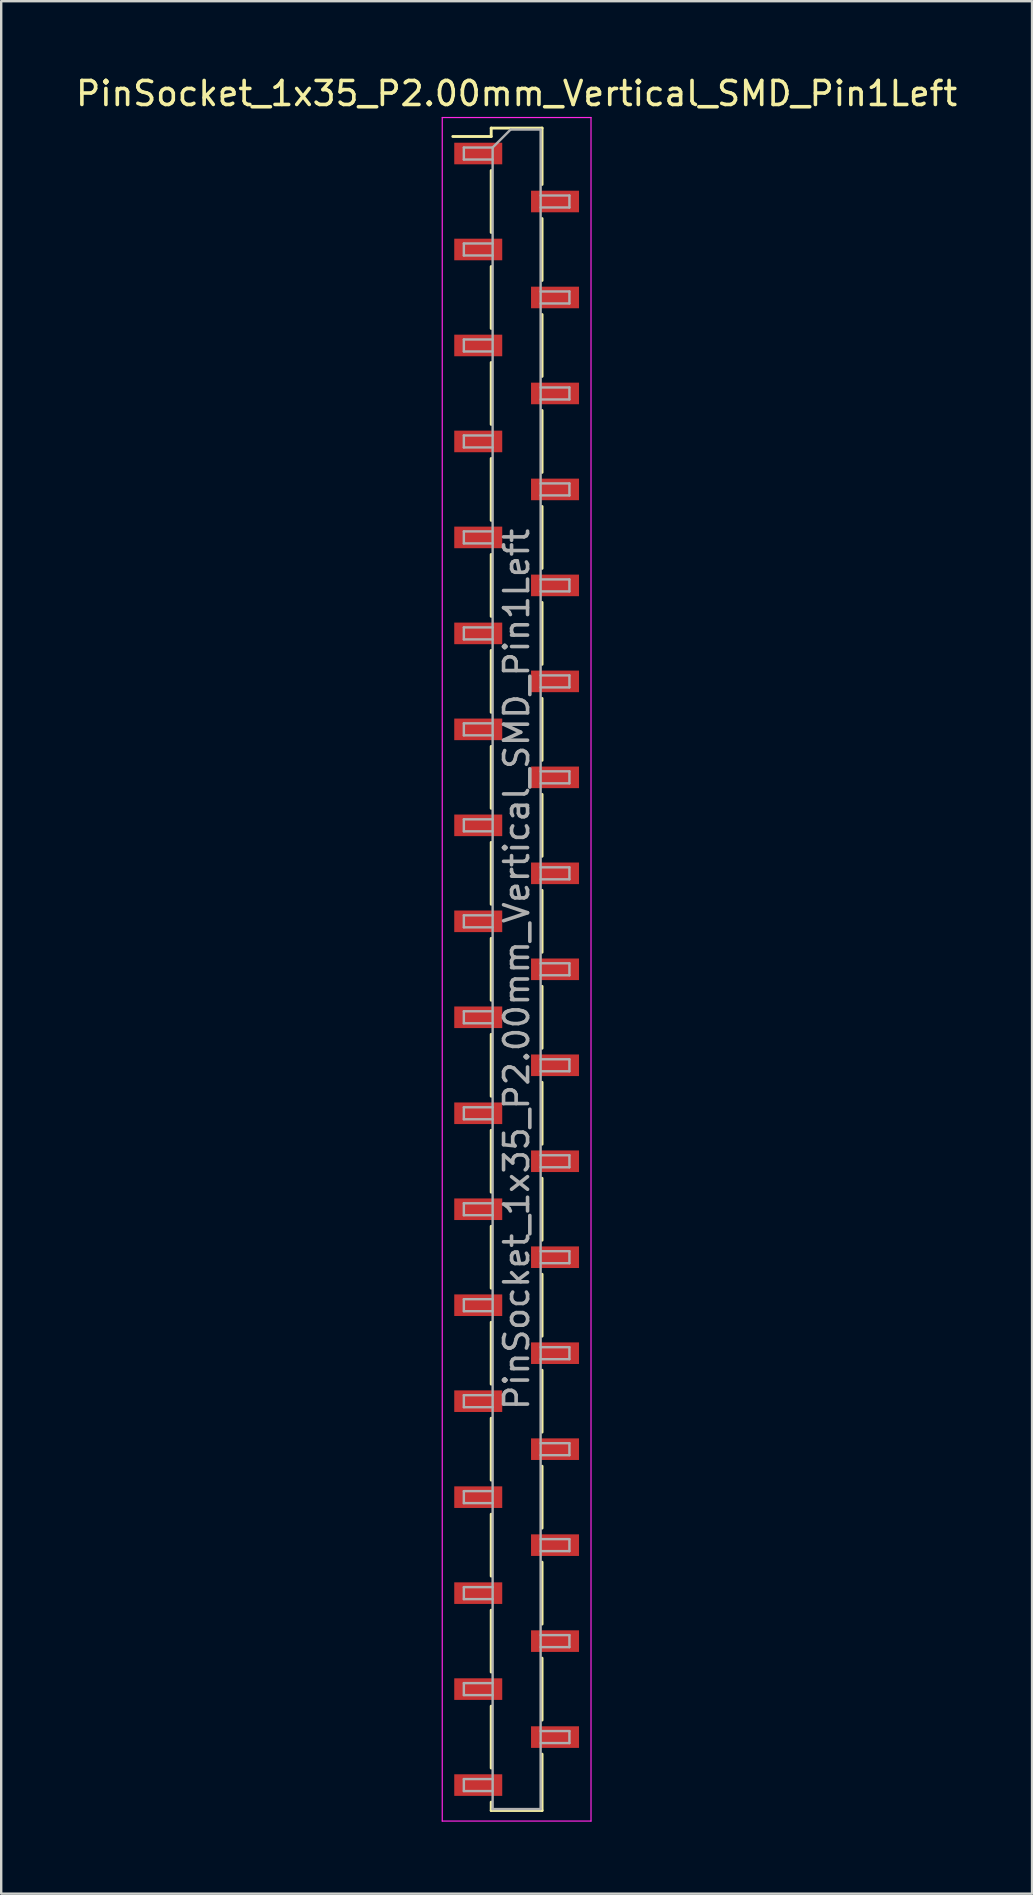
<source format=kicad_pcb>
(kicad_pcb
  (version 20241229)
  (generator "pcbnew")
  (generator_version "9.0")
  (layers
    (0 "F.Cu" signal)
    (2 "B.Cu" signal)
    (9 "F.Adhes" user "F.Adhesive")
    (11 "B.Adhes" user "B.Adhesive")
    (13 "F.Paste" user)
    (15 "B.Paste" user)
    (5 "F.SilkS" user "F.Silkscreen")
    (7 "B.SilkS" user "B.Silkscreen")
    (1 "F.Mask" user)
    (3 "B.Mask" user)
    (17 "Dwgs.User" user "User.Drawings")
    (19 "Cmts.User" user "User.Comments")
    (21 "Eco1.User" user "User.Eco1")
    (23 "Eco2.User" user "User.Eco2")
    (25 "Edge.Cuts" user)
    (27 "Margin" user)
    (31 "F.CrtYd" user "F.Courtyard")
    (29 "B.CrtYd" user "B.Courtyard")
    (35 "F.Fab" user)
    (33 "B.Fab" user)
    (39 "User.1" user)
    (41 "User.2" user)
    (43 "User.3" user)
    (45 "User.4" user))
  (footprint "PinSocket_1x35_P2.00mm_Vertical_SMD_Pin1Left"
    (layer "F.Cu")
    (at 18.482 37.348)
    (property "Reference" "PinSocket_1x35_P2.00mm_Vertical_SMD_Pin1Left" (at 0 -36.5 0) (layer "F.SilkS") (effects (font (size 1 1) (thickness 0.15))))
    (attr smd)
    (fp_line (start -2.66 -34.71) (end -1.06 -34.71) (stroke (width 0.12) (type solid)) (layer "F.SilkS"))
    (fp_line (start -1.06 -35.06) (end 1.06 -35.06) (stroke (width 0.12) (type solid)) (layer "F.SilkS"))
    (fp_line (start -1.06 -34.71) (end -1.06 -35.06) (stroke (width 0.12) (type solid)) (layer "F.SilkS"))
    (fp_line (start -1.06 -33.29) (end -1.06 -30.71) (stroke (width 0.12) (type solid)) (layer "F.SilkS"))
    (fp_line (start -1.06 -29.29) (end -1.06 -26.71) (stroke (width 0.12) (type solid)) (layer "F.SilkS"))
    (fp_line (start -1.06 -25.29) (end -1.06 -22.71) (stroke (width 0.12) (type solid)) (layer "F.SilkS"))
    (fp_line (start -1.06 -21.29) (end -1.06 -18.71) (stroke (width 0.12) (type solid)) (layer "F.SilkS"))
    (fp_line (start -1.06 -17.29) (end -1.06 -14.71) (stroke (width 0.12) (type solid)) (layer "F.SilkS"))
    (fp_line (start -1.06 -13.29) (end -1.06 -10.71) (stroke (width 0.12) (type solid)) (layer "F.SilkS"))
    (fp_line (start -1.06 -9.29) (end -1.06 -6.71) (stroke (width 0.12) (type solid)) (layer "F.SilkS"))
    (fp_line (start -1.06 -5.29) (end -1.06 -2.71) (stroke (width 0.12) (type solid)) (layer "F.SilkS"))
    (fp_line (start -1.06 -1.29) (end -1.06 1.29) (stroke (width 0.12) (type solid)) (layer "F.SilkS"))
    (fp_line (start -1.06 2.71) (end -1.06 5.29) (stroke (width 0.12) (type solid)) (layer "F.SilkS"))
    (fp_line (start -1.06 6.71) (end -1.06 9.29) (stroke (width 0.12) (type solid)) (layer "F.SilkS"))
    (fp_line (start -1.06 10.71) (end -1.06 13.29) (stroke (width 0.12) (type solid)) (layer "F.SilkS"))
    (fp_line (start -1.06 14.71) (end -1.06 17.29) (stroke (width 0.12) (type solid)) (layer "F.SilkS"))
    (fp_line (start -1.06 18.71) (end -1.06 21.29) (stroke (width 0.12) (type solid)) (layer "F.SilkS"))
    (fp_line (start -1.06 22.71) (end -1.06 25.29) (stroke (width 0.12) (type solid)) (layer "F.SilkS"))
    (fp_line (start -1.06 26.71) (end -1.06 29.29) (stroke (width 0.12) (type solid)) (layer "F.SilkS"))
    (fp_line (start -1.06 30.71) (end -1.06 33.29) (stroke (width 0.12) (type solid)) (layer "F.SilkS"))
    (fp_line (start -1.06 35.06) (end -1.06 34.71) (stroke (width 0.12) (type solid)) (layer "F.SilkS"))
    (fp_line (start 1.06 -35.06) (end 1.06 -32.71) (stroke (width 0.12) (type solid)) (layer "F.SilkS"))
    (fp_line (start 1.06 -31.29) (end 1.06 -28.71) (stroke (width 0.12) (type solid)) (layer "F.SilkS"))
    (fp_line (start 1.06 -27.29) (end 1.06 -24.71) (stroke (width 0.12) (type solid)) (layer "F.SilkS"))
    (fp_line (start 1.06 -23.29) (end 1.06 -20.71) (stroke (width 0.12) (type solid)) (layer "F.SilkS"))
    (fp_line (start 1.06 -19.29) (end 1.06 -16.71) (stroke (width 0.12) (type solid)) (layer "F.SilkS"))
    (fp_line (start 1.06 -15.29) (end 1.06 -12.71) (stroke (width 0.12) (type solid)) (layer "F.SilkS"))
    (fp_line (start 1.06 -11.29) (end 1.06 -8.71) (stroke (width 0.12) (type solid)) (layer "F.SilkS"))
    (fp_line (start 1.06 -7.29) (end 1.06 -4.71) (stroke (width 0.12) (type solid)) (layer "F.SilkS"))
    (fp_line (start 1.06 -3.29) (end 1.06 -0.71) (stroke (width 0.12) (type solid)) (layer "F.SilkS"))
    (fp_line (start 1.06 0.71) (end 1.06 3.29) (stroke (width 0.12) (type solid)) (layer "F.SilkS"))
    (fp_line (start 1.06 4.71) (end 1.06 7.29) (stroke (width 0.12) (type solid)) (layer "F.SilkS"))
    (fp_line (start 1.06 8.71) (end 1.06 11.29) (stroke (width 0.12) (type solid)) (layer "F.SilkS"))
    (fp_line (start 1.06 12.71) (end 1.06 15.29) (stroke (width 0.12) (type solid)) (layer "F.SilkS"))
    (fp_line (start 1.06 16.71) (end 1.06 19.29) (stroke (width 0.12) (type solid)) (layer "F.SilkS"))
    (fp_line (start 1.06 20.71) (end 1.06 23.29) (stroke (width 0.12) (type solid)) (layer "F.SilkS"))
    (fp_line (start 1.06 24.71) (end 1.06 27.29) (stroke (width 0.12) (type solid)) (layer "F.SilkS"))
    (fp_line (start 1.06 28.71) (end 1.06 31.29) (stroke (width 0.12) (type solid)) (layer "F.SilkS"))
    (fp_line (start 1.06 32.71) (end 1.06 35.06) (stroke (width 0.12) (type solid)) (layer "F.SilkS"))
    (fp_line (start 1.06 35.06) (end -1.06 35.06) (stroke (width 0.12) (type solid)) (layer "F.SilkS"))
    (fp_line (start -3.1 -35.5) (end 3.1 -35.5) (stroke (width 0.05) (type solid)) (layer "F.CrtYd"))
    (fp_line (start -3.1 35.5) (end -3.1 -35.5) (stroke (width 0.05) (type solid)) (layer "F.CrtYd"))
    (fp_line (start 3.1 -35.5) (end 3.1 35.5) (stroke (width 0.05) (type solid)) (layer "F.CrtYd"))
    (fp_line (start 3.1 35.5) (end -3.1 35.5) (stroke (width 0.05) (type solid)) (layer "F.CrtYd"))
    (fp_line (start -2.2 -34.25) (end -1 -34.25) (stroke (width 0.1) (type solid)) (layer "F.Fab"))
    (fp_line (start -2.2 -33.75) (end -2.2 -34.25) (stroke (width 0.1) (type solid)) (layer "F.Fab"))
    (fp_line (start -2.2 -30.25) (end -1 -30.25) (stroke (width 0.1) (type solid)) (layer "F.Fab"))
    (fp_line (start -2.2 -29.75) (end -2.2 -30.25) (stroke (width 0.1) (type solid)) (layer "F.Fab"))
    (fp_line (start -2.2 -26.25) (end -1 -26.25) (stroke (width 0.1) (type solid)) (layer "F.Fab"))
    (fp_line (start -2.2 -25.75) (end -2.2 -26.25) (stroke (width 0.1) (type solid)) (layer "F.Fab"))
    (fp_line (start -2.2 -22.25) (end -1 -22.25) (stroke (width 0.1) (type solid)) (layer "F.Fab"))
    (fp_line (start -2.2 -21.75) (end -2.2 -22.25) (stroke (width 0.1) (type solid)) (layer "F.Fab"))
    (fp_line (start -2.2 -18.25) (end -1 -18.25) (stroke (width 0.1) (type solid)) (layer "F.Fab"))
    (fp_line (start -2.2 -17.75) (end -2.2 -18.25) (stroke (width 0.1) (type solid)) (layer "F.Fab"))
    (fp_line (start -2.2 -14.25) (end -1 -14.25) (stroke (width 0.1) (type solid)) (layer "F.Fab"))
    (fp_line (start -2.2 -13.75) (end -2.2 -14.25) (stroke (width 0.1) (type solid)) (layer "F.Fab"))
    (fp_line (start -2.2 -10.25) (end -1 -10.25) (stroke (width 0.1) (type solid)) (layer "F.Fab"))
    (fp_line (start -2.2 -9.75) (end -2.2 -10.25) (stroke (width 0.1) (type solid)) (layer "F.Fab"))
    (fp_line (start -2.2 -6.25) (end -1 -6.25) (stroke (width 0.1) (type solid)) (layer "F.Fab"))
    (fp_line (start -2.2 -5.75) (end -2.2 -6.25) (stroke (width 0.1) (type solid)) (layer "F.Fab"))
    (fp_line (start -2.2 -2.25) (end -1 -2.25) (stroke (width 0.1) (type solid)) (layer "F.Fab"))
    (fp_line (start -2.2 -1.75) (end -2.2 -2.25) (stroke (width 0.1) (type solid)) (layer "F.Fab"))
    (fp_line (start -2.2 1.75) (end -1 1.75) (stroke (width 0.1) (type solid)) (layer "F.Fab"))
    (fp_line (start -2.2 2.25) (end -2.2 1.75) (stroke (width 0.1) (type solid)) (layer "F.Fab"))
    (fp_line (start -2.2 5.75) (end -1 5.75) (stroke (width 0.1) (type solid)) (layer "F.Fab"))
    (fp_line (start -2.2 6.25) (end -2.2 5.75) (stroke (width 0.1) (type solid)) (layer "F.Fab"))
    (fp_line (start -2.2 9.75) (end -1 9.75) (stroke (width 0.1) (type solid)) (layer "F.Fab"))
    (fp_line (start -2.2 10.25) (end -2.2 9.75) (stroke (width 0.1) (type solid)) (layer "F.Fab"))
    (fp_line (start -2.2 13.75) (end -1 13.75) (stroke (width 0.1) (type solid)) (layer "F.Fab"))
    (fp_line (start -2.2 14.25) (end -2.2 13.75) (stroke (width 0.1) (type solid)) (layer "F.Fab"))
    (fp_line (start -2.2 17.75) (end -1 17.75) (stroke (width 0.1) (type solid)) (layer "F.Fab"))
    (fp_line (start -2.2 18.25) (end -2.2 17.75) (stroke (width 0.1) (type solid)) (layer "F.Fab"))
    (fp_line (start -2.2 21.75) (end -1 21.75) (stroke (width 0.1) (type solid)) (layer "F.Fab"))
    (fp_line (start -2.2 22.25) (end -2.2 21.75) (stroke (width 0.1) (type solid)) (layer "F.Fab"))
    (fp_line (start -2.2 25.75) (end -1 25.75) (stroke (width 0.1) (type solid)) (layer "F.Fab"))
    (fp_line (start -2.2 26.25) (end -2.2 25.75) (stroke (width 0.1) (type solid)) (layer "F.Fab"))
    (fp_line (start -2.2 29.75) (end -1 29.75) (stroke (width 0.1) (type solid)) (layer "F.Fab"))
    (fp_line (start -2.2 30.25) (end -2.2 29.75) (stroke (width 0.1) (type solid)) (layer "F.Fab"))
    (fp_line (start -2.2 33.75) (end -1 33.75) (stroke (width 0.1) (type solid)) (layer "F.Fab"))
    (fp_line (start -2.2 34.25) (end -2.2 33.75) (stroke (width 0.1) (type solid)) (layer "F.Fab"))
    (fp_line (start -1 -34.25) (end -0.25 -35) (stroke (width 0.1) (type solid)) (layer "F.Fab"))
    (fp_line (start -1 -33.75) (end -2.2 -33.75) (stroke (width 0.1) (type solid)) (layer "F.Fab"))
    (fp_line (start -1 -29.75) (end -2.2 -29.75) (stroke (width 0.1) (type solid)) (layer "F.Fab"))
    (fp_line (start -1 -25.75) (end -2.2 -25.75) (stroke (width 0.1) (type solid)) (layer "F.Fab"))
    (fp_line (start -1 -21.75) (end -2.2 -21.75) (stroke (width 0.1) (type solid)) (layer "F.Fab"))
    (fp_line (start -1 -17.75) (end -2.2 -17.75) (stroke (width 0.1) (type solid)) (layer "F.Fab"))
    (fp_line (start -1 -13.75) (end -2.2 -13.75) (stroke (width 0.1) (type solid)) (layer "F.Fab"))
    (fp_line (start -1 -9.75) (end -2.2 -9.75) (stroke (width 0.1) (type solid)) (layer "F.Fab"))
    (fp_line (start -1 -5.75) (end -2.2 -5.75) (stroke (width 0.1) (type solid)) (layer "F.Fab"))
    (fp_line (start -1 -1.75) (end -2.2 -1.75) (stroke (width 0.1) (type solid)) (layer "F.Fab"))
    (fp_line (start -1 2.25) (end -2.2 2.25) (stroke (width 0.1) (type solid)) (layer "F.Fab"))
    (fp_line (start -1 6.25) (end -2.2 6.25) (stroke (width 0.1) (type solid)) (layer "F.Fab"))
    (fp_line (start -1 10.25) (end -2.2 10.25) (stroke (width 0.1) (type solid)) (layer "F.Fab"))
    (fp_line (start -1 14.25) (end -2.2 14.25) (stroke (width 0.1) (type solid)) (layer "F.Fab"))
    (fp_line (start -1 18.25) (end -2.2 18.25) (stroke (width 0.1) (type solid)) (layer "F.Fab"))
    (fp_line (start -1 22.25) (end -2.2 22.25) (stroke (width 0.1) (type solid)) (layer "F.Fab"))
    (fp_line (start -1 26.25) (end -2.2 26.25) (stroke (width 0.1) (type solid)) (layer "F.Fab"))
    (fp_line (start -1 30.25) (end -2.2 30.25) (stroke (width 0.1) (type solid)) (layer "F.Fab"))
    (fp_line (start -1 34.25) (end -2.2 34.25) (stroke (width 0.1) (type solid)) (layer "F.Fab"))
    (fp_line (start -1 35) (end -1 -34.25) (stroke (width 0.1) (type solid)) (layer "F.Fab"))
    (fp_line (start -0.25 -35) (end 1 -35) (stroke (width 0.1) (type solid)) (layer "F.Fab"))
    (fp_line (start 1 -35) (end 1 35) (stroke (width 0.1) (type solid)) (layer "F.Fab"))
    (fp_line (start 1 -32.25) (end 2.2 -32.25) (stroke (width 0.1) (type solid)) (layer "F.Fab"))
    (fp_line (start 1 -28.25) (end 2.2 -28.25) (stroke (width 0.1) (type solid)) (layer "F.Fab"))
    (fp_line (start 1 -24.25) (end 2.2 -24.25) (stroke (width 0.1) (type solid)) (layer "F.Fab"))
    (fp_line (start 1 -20.25) (end 2.2 -20.25) (stroke (width 0.1) (type solid)) (layer "F.Fab"))
    (fp_line (start 1 -16.25) (end 2.2 -16.25) (stroke (width 0.1) (type solid)) (layer "F.Fab"))
    (fp_line (start 1 -12.25) (end 2.2 -12.25) (stroke (width 0.1) (type solid)) (layer "F.Fab"))
    (fp_line (start 1 -8.25) (end 2.2 -8.25) (stroke (width 0.1) (type solid)) (layer "F.Fab"))
    (fp_line (start 1 -4.25) (end 2.2 -4.25) (stroke (width 0.1) (type solid)) (layer "F.Fab"))
    (fp_line (start 1 -0.25) (end 2.2 -0.25) (stroke (width 0.1) (type solid)) (layer "F.Fab"))
    (fp_line (start 1 3.75) (end 2.2 3.75) (stroke (width 0.1) (type solid)) (layer "F.Fab"))
    (fp_line (start 1 7.75) (end 2.2 7.75) (stroke (width 0.1) (type solid)) (layer "F.Fab"))
    (fp_line (start 1 11.75) (end 2.2 11.75) (stroke (width 0.1) (type solid)) (layer "F.Fab"))
    (fp_line (start 1 15.75) (end 2.2 15.75) (stroke (width 0.1) (type solid)) (layer "F.Fab"))
    (fp_line (start 1 19.75) (end 2.2 19.75) (stroke (width 0.1) (type solid)) (layer "F.Fab"))
    (fp_line (start 1 23.75) (end 2.2 23.75) (stroke (width 0.1) (type solid)) (layer "F.Fab"))
    (fp_line (start 1 27.75) (end 2.2 27.75) (stroke (width 0.1) (type solid)) (layer "F.Fab"))
    (fp_line (start 1 31.75) (end 2.2 31.75) (stroke (width 0.1) (type solid)) (layer "F.Fab"))
    (fp_line (start 1 35) (end -1 35) (stroke (width 0.1) (type solid)) (layer "F.Fab"))
    (fp_line (start 2.2 -32.25) (end 2.2 -31.75) (stroke (width 0.1) (type solid)) (layer "F.Fab"))
    (fp_line (start 2.2 -31.75) (end 1 -31.75) (stroke (width 0.1) (type solid)) (layer "F.Fab"))
    (fp_line (start 2.2 -28.25) (end 2.2 -27.75) (stroke (width 0.1) (type solid)) (layer "F.Fab"))
    (fp_line (start 2.2 -27.75) (end 1 -27.75) (stroke (width 0.1) (type solid)) (layer "F.Fab"))
    (fp_line (start 2.2 -24.25) (end 2.2 -23.75) (stroke (width 0.1) (type solid)) (layer "F.Fab"))
    (fp_line (start 2.2 -23.75) (end 1 -23.75) (stroke (width 0.1) (type solid)) (layer "F.Fab"))
    (fp_line (start 2.2 -20.25) (end 2.2 -19.75) (stroke (width 0.1) (type solid)) (layer "F.Fab"))
    (fp_line (start 2.2 -19.75) (end 1 -19.75) (stroke (width 0.1) (type solid)) (layer "F.Fab"))
    (fp_line (start 2.2 -16.25) (end 2.2 -15.75) (stroke (width 0.1) (type solid)) (layer "F.Fab"))
    (fp_line (start 2.2 -15.75) (end 1 -15.75) (stroke (width 0.1) (type solid)) (layer "F.Fab"))
    (fp_line (start 2.2 -12.25) (end 2.2 -11.75) (stroke (width 0.1) (type solid)) (layer "F.Fab"))
    (fp_line (start 2.2 -11.75) (end 1 -11.75) (stroke (width 0.1) (type solid)) (layer "F.Fab"))
    (fp_line (start 2.2 -8.25) (end 2.2 -7.75) (stroke (width 0.1) (type solid)) (layer "F.Fab"))
    (fp_line (start 2.2 -7.75) (end 1 -7.75) (stroke (width 0.1) (type solid)) (layer "F.Fab"))
    (fp_line (start 2.2 -4.25) (end 2.2 -3.75) (stroke (width 0.1) (type solid)) (layer "F.Fab"))
    (fp_line (start 2.2 -3.75) (end 1 -3.75) (stroke (width 0.1) (type solid)) (layer "F.Fab"))
    (fp_line (start 2.2 -0.25) (end 2.2 0.25) (stroke (width 0.1) (type solid)) (layer "F.Fab"))
    (fp_line (start 2.2 0.25) (end 1 0.25) (stroke (width 0.1) (type solid)) (layer "F.Fab"))
    (fp_line (start 2.2 3.75) (end 2.2 4.25) (stroke (width 0.1) (type solid)) (layer "F.Fab"))
    (fp_line (start 2.2 4.25) (end 1 4.25) (stroke (width 0.1) (type solid)) (layer "F.Fab"))
    (fp_line (start 2.2 7.75) (end 2.2 8.25) (stroke (width 0.1) (type solid)) (layer "F.Fab"))
    (fp_line (start 2.2 8.25) (end 1 8.25) (stroke (width 0.1) (type solid)) (layer "F.Fab"))
    (fp_line (start 2.2 11.75) (end 2.2 12.25) (stroke (width 0.1) (type solid)) (layer "F.Fab"))
    (fp_line (start 2.2 12.25) (end 1 12.25) (stroke (width 0.1) (type solid)) (layer "F.Fab"))
    (fp_line (start 2.2 15.75) (end 2.2 16.25) (stroke (width 0.1) (type solid)) (layer "F.Fab"))
    (fp_line (start 2.2 16.25) (end 1 16.25) (stroke (width 0.1) (type solid)) (layer "F.Fab"))
    (fp_line (start 2.2 19.75) (end 2.2 20.25) (stroke (width 0.1) (type solid)) (layer "F.Fab"))
    (fp_line (start 2.2 20.25) (end 1 20.25) (stroke (width 0.1) (type solid)) (layer "F.Fab"))
    (fp_line (start 2.2 23.75) (end 2.2 24.25) (stroke (width 0.1) (type solid)) (layer "F.Fab"))
    (fp_line (start 2.2 24.25) (end 1 24.25) (stroke (width 0.1) (type solid)) (layer "F.Fab"))
    (fp_line (start 2.2 27.75) (end 2.2 28.25) (stroke (width 0.1) (type solid)) (layer "F.Fab"))
    (fp_line (start 2.2 28.25) (end 1 28.25) (stroke (width 0.1) (type solid)) (layer "F.Fab"))
    (fp_line (start 2.2 31.75) (end 2.2 32.25) (stroke (width 0.1) (type solid)) (layer "F.Fab"))
    (fp_line (start 2.2 32.25) (end 1 32.25) (stroke (width 0.1) (type solid)) (layer "F.Fab"))
    (fp_text user "${REFERENCE}" (at 0 0 90) (layer "F.Fab") (effects (font (size 1 1) (thickness 0.15))))
    (pad "1" smd rect (at -1.6 -34) (size 2 0.9) (layers "F.Cu" "F.Mask" "F.Paste"))
    (pad "2" smd rect (at 1.6 -32) (size 2 0.9) (layers "F.Cu" "F.Mask" "F.Paste"))
    (pad "3" smd rect (at -1.6 -30) (size 2 0.9) (layers "F.Cu" "F.Mask" "F.Paste"))
    (pad "4" smd rect (at 1.6 -28) (size 2 0.9) (layers "F.Cu" "F.Mask" "F.Paste"))
    (pad "5" smd rect (at -1.6 -26) (size 2 0.9) (layers "F.Cu" "F.Mask" "F.Paste"))
    (pad "6" smd rect (at 1.6 -24) (size 2 0.9) (layers "F.Cu" "F.Mask" "F.Paste"))
    (pad "7" smd rect (at -1.6 -22) (size 2 0.9) (layers "F.Cu" "F.Mask" "F.Paste"))
    (pad "8" smd rect (at 1.6 -20) (size 2 0.9) (layers "F.Cu" "F.Mask" "F.Paste"))
    (pad "9" smd rect (at -1.6 -18) (size 2 0.9) (layers "F.Cu" "F.Mask" "F.Paste"))
    (pad "10" smd rect (at 1.6 -16) (size 2 0.9) (layers "F.Cu" "F.Mask" "F.Paste"))
    (pad "11" smd rect (at -1.6 -14) (size 2 0.9) (layers "F.Cu" "F.Mask" "F.Paste"))
    (pad "12" smd rect (at 1.6 -12) (size 2 0.9) (layers "F.Cu" "F.Mask" "F.Paste"))
    (pad "13" smd rect (at -1.6 -10) (size 2 0.9) (layers "F.Cu" "F.Mask" "F.Paste"))
    (pad "14" smd rect (at 1.6 -8) (size 2 0.9) (layers "F.Cu" "F.Mask" "F.Paste"))
    (pad "15" smd rect (at -1.6 -6) (size 2 0.9) (layers "F.Cu" "F.Mask" "F.Paste"))
    (pad "16" smd rect (at 1.6 -4) (size 2 0.9) (layers "F.Cu" "F.Mask" "F.Paste"))
    (pad "17" smd rect (at -1.6 -2) (size 2 0.9) (layers "F.Cu" "F.Mask" "F.Paste"))
    (pad "18" smd rect (at 1.6 0) (size 2 0.9) (layers "F.Cu" "F.Mask" "F.Paste"))
    (pad "19" smd rect (at -1.6 2) (size 2 0.9) (layers "F.Cu" "F.Mask" "F.Paste"))
    (pad "20" smd rect (at 1.6 4) (size 2 0.9) (layers "F.Cu" "F.Mask" "F.Paste"))
    (pad "21" smd rect (at -1.6 6) (size 2 0.9) (layers "F.Cu" "F.Mask" "F.Paste"))
    (pad "22" smd rect (at 1.6 8) (size 2 0.9) (layers "F.Cu" "F.Mask" "F.Paste"))
    (pad "23" smd rect (at -1.6 10) (size 2 0.9) (layers "F.Cu" "F.Mask" "F.Paste"))
    (pad "24" smd rect (at 1.6 12) (size 2 0.9) (layers "F.Cu" "F.Mask" "F.Paste"))
    (pad "25" smd rect (at -1.6 14) (size 2 0.9) (layers "F.Cu" "F.Mask" "F.Paste"))
    (pad "26" smd rect (at 1.6 16) (size 2 0.9) (layers "F.Cu" "F.Mask" "F.Paste"))
    (pad "27" smd rect (at -1.6 18) (size 2 0.9) (layers "F.Cu" "F.Mask" "F.Paste"))
    (pad "28" smd rect (at 1.6 20) (size 2 0.9) (layers "F.Cu" "F.Mask" "F.Paste"))
    (pad "29" smd rect (at -1.6 22) (size 2 0.9) (layers "F.Cu" "F.Mask" "F.Paste"))
    (pad "30" smd rect (at 1.6 24) (size 2 0.9) (layers "F.Cu" "F.Mask" "F.Paste"))
    (pad "31" smd rect (at -1.6 26) (size 2 0.9) (layers "F.Cu" "F.Mask" "F.Paste"))
    (pad "32" smd rect (at 1.6 28) (size 2 0.9) (layers "F.Cu" "F.Mask" "F.Paste"))
    (pad "33" smd rect (at -1.6 30) (size 2 0.9) (layers "F.Cu" "F.Mask" "F.Paste"))
    (pad "34" smd rect (at 1.6 32) (size 2 0.9) (layers "F.Cu" "F.Mask" "F.Paste"))
    (pad "35" smd rect (at -1.6 34) (size 2 0.9) (layers "F.Cu" "F.Mask" "F.Paste")))
  (gr_rect
    (start -3 -3)
    (end 39.964 75.873)
    (stroke (width 0.1) (type default))
    (fill no)
    (layer "Edge.Cuts")))
</source>
